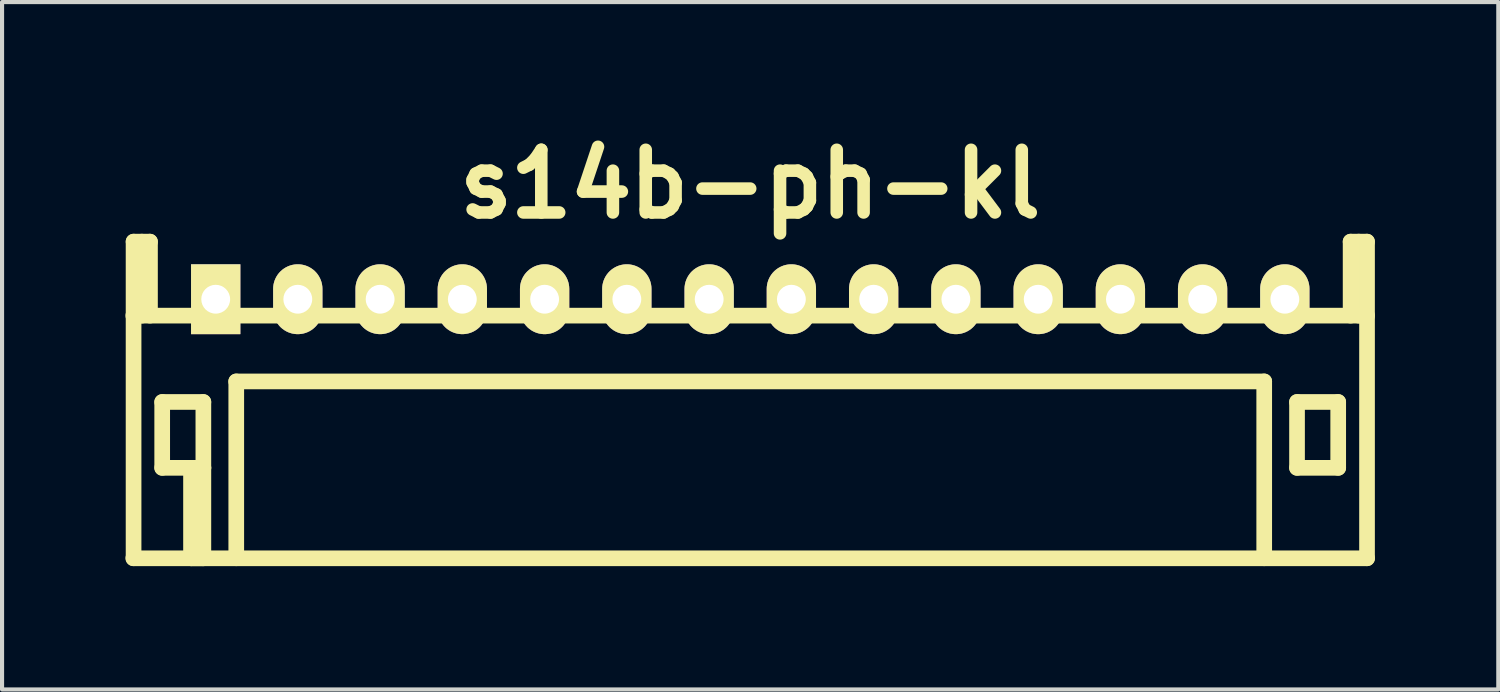
<source format=kicad_pcb>
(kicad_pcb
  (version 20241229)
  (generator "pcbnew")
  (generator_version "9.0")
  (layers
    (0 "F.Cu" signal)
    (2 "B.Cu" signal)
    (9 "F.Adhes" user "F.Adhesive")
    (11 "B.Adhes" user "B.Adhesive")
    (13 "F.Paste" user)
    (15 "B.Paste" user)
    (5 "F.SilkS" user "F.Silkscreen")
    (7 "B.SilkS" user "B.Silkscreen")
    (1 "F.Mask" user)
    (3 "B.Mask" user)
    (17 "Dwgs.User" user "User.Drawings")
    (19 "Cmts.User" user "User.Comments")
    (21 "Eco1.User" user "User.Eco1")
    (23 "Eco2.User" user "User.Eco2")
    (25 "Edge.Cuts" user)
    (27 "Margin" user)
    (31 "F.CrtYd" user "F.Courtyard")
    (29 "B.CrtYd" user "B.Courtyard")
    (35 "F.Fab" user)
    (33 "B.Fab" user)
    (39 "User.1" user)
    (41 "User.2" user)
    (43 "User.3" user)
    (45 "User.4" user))
  (footprint "s14b-ph-kl"
    (layer "F.Cu")
    (at 15.192 4.226)
    (property "Reference" "s14b-ph-kl" (at 0 -2.799 0) (layer "F.SilkS") (effects (font (size 1.524 1.524) (thickness 0.305))))
    (attr through_hole)
    (fp_line (start -14.994 -1.4) (end -14.994 6.299) (stroke (width 0.381) (type solid)) (layer "F.SilkS"))
    (fp_line (start -14.793 -1.4) (end -14.793 0.399) (stroke (width 0.381) (type solid)) (layer "F.SilkS"))
    (fp_line (start -14.595 -1.4) (end -14.994 -1.4) (stroke (width 0.381) (type solid)) (layer "F.SilkS"))
    (fp_line (start -14.595 0.399) (end -14.595 -1.4) (stroke (width 0.381) (type solid)) (layer "F.SilkS"))
    (fp_line (start -14.298 2.499) (end -13.297 2.499) (stroke (width 0.381) (type solid)) (layer "F.SilkS"))
    (fp_line (start -14.298 4.1) (end -14.298 2.499) (stroke (width 0.381) (type solid)) (layer "F.SilkS"))
    (fp_line (start -13.597 6.299) (end -13.597 4.1) (stroke (width 0.381) (type solid)) (layer "F.SilkS"))
    (fp_line (start -13.297 2.499) (end -13.297 4.1) (stroke (width 0.381) (type solid)) (layer "F.SilkS"))
    (fp_line (start -13.297 4.1) (end -14.298 4.1) (stroke (width 0.381) (type solid)) (layer "F.SilkS"))
    (fp_line (start -13.297 4.1) (end -13.297 6.299) (stroke (width 0.381) (type solid)) (layer "F.SilkS"))
    (fp_line (start -13.297 6.299) (end -13.597 6.299) (stroke (width 0.381) (type solid)) (layer "F.SilkS"))
    (fp_line (start -12.499 1.999) (end 12.499 1.999) (stroke (width 0.381) (type solid)) (layer "F.SilkS"))
    (fp_line (start -12.497 1.999) (end -12.497 6.299) (stroke (width 0.381) (type solid)) (layer "F.SilkS"))
    (fp_line (start 12.499 1.999) (end 12.499 6.299) (stroke (width 0.381) (type solid)) (layer "F.SilkS"))
    (fp_line (start 13.297 2.499) (end 14.298 2.499) (stroke (width 0.381) (type solid)) (layer "F.SilkS"))
    (fp_line (start 13.297 4.1) (end 13.297 2.499) (stroke (width 0.381) (type solid)) (layer "F.SilkS"))
    (fp_line (start 14.298 2.499) (end 14.298 4.1) (stroke (width 0.381) (type solid)) (layer "F.SilkS"))
    (fp_line (start 14.298 4.1) (end 13.297 4.1) (stroke (width 0.381) (type solid)) (layer "F.SilkS"))
    (fp_line (start 14.6 -1.4) (end 14.6 0.399) (stroke (width 0.381) (type solid)) (layer "F.SilkS"))
    (fp_line (start 14.798 -1.4) (end 14.798 0.399) (stroke (width 0.381) (type solid)) (layer "F.SilkS"))
    (fp_line (start 14.999 -1.4) (end 14.6 -1.4) (stroke (width 0.381) (type solid)) (layer "F.SilkS"))
    (fp_line (start 14.999 6.299) (end 14.999 -1.4) (stroke (width 0.381) (type solid)) (layer "F.SilkS"))
    (fp_line (start 15.001 0.399) (end -15.001 0.399) (stroke (width 0.381) (type solid)) (layer "F.SilkS"))
    (fp_line (start 15.001 6.299) (end -15.001 6.299) (stroke (width 0.381) (type solid)) (layer "F.SilkS"))
    (pad "1" thru_hole rect (at -12.997 0) (size 1.199 1.699) (drill 0.701) (layers "*.Cu" "*.Mask" "F.SilkS"))
    (pad "2" thru_hole oval (at -11.001 0) (size 1.199 1.699) (drill 0.701) (layers "*.Cu" "*.Mask" "F.SilkS"))
    (pad "3" thru_hole oval (at -8.999 0) (size 1.199 1.699) (drill 0.701) (layers "*.Cu" "*.Mask" "F.SilkS"))
    (pad "4" thru_hole oval (at -7 0) (size 1.199 1.699) (drill 0.701) (layers "*.Cu" "*.Mask" "F.SilkS"))
    (pad "5" thru_hole oval (at -4.999 0) (size 1.199 1.699) (drill 0.701) (layers "*.Cu" "*.Mask" "F.SilkS"))
    (pad "6" thru_hole oval (at -3 0) (size 1.199 1.699) (drill 0.701) (layers "*.Cu" "*.Mask" "F.SilkS"))
    (pad "7" thru_hole oval (at -0.998 0) (size 1.199 1.699) (drill 0.701) (layers "*.Cu" "*.Mask" "F.SilkS"))
    (pad "8" thru_hole oval (at 1.001 0) (size 1.199 1.699) (drill 0.701) (layers "*.Cu" "*.Mask" "F.SilkS"))
    (pad "9" thru_hole oval (at 3.002 0) (size 1.199 1.699) (drill 0.701) (layers "*.Cu" "*.Mask" "F.SilkS"))
    (pad "10" thru_hole oval (at 5.001 0) (size 1.199 1.699) (drill 0.701) (layers "*.Cu" "*.Mask" "F.SilkS"))
    (pad "11" thru_hole oval (at 7.003 0) (size 1.199 1.699) (drill 0.701) (layers "*.Cu" "*.Mask" "F.SilkS"))
    (pad "12" thru_hole oval (at 9.002 0) (size 1.199 1.699) (drill 0.701) (layers "*.Cu" "*.Mask" "F.SilkS"))
    (pad "13" thru_hole oval (at 11.001 0) (size 1.199 1.699) (drill 0.701) (layers "*.Cu" "*.Mask" "F.SilkS"))
    (pad "14" thru_hole oval (at 13 0) (size 1.199 1.699) (drill 0.701) (layers "*.Cu" "*.Mask" "F.SilkS")))
  (gr_rect
    (start -3 -3)
    (end 33.383 13.715)
    (stroke (width 0.1) (type default))
    (fill no)
    (layer "Edge.Cuts")))
</source>
